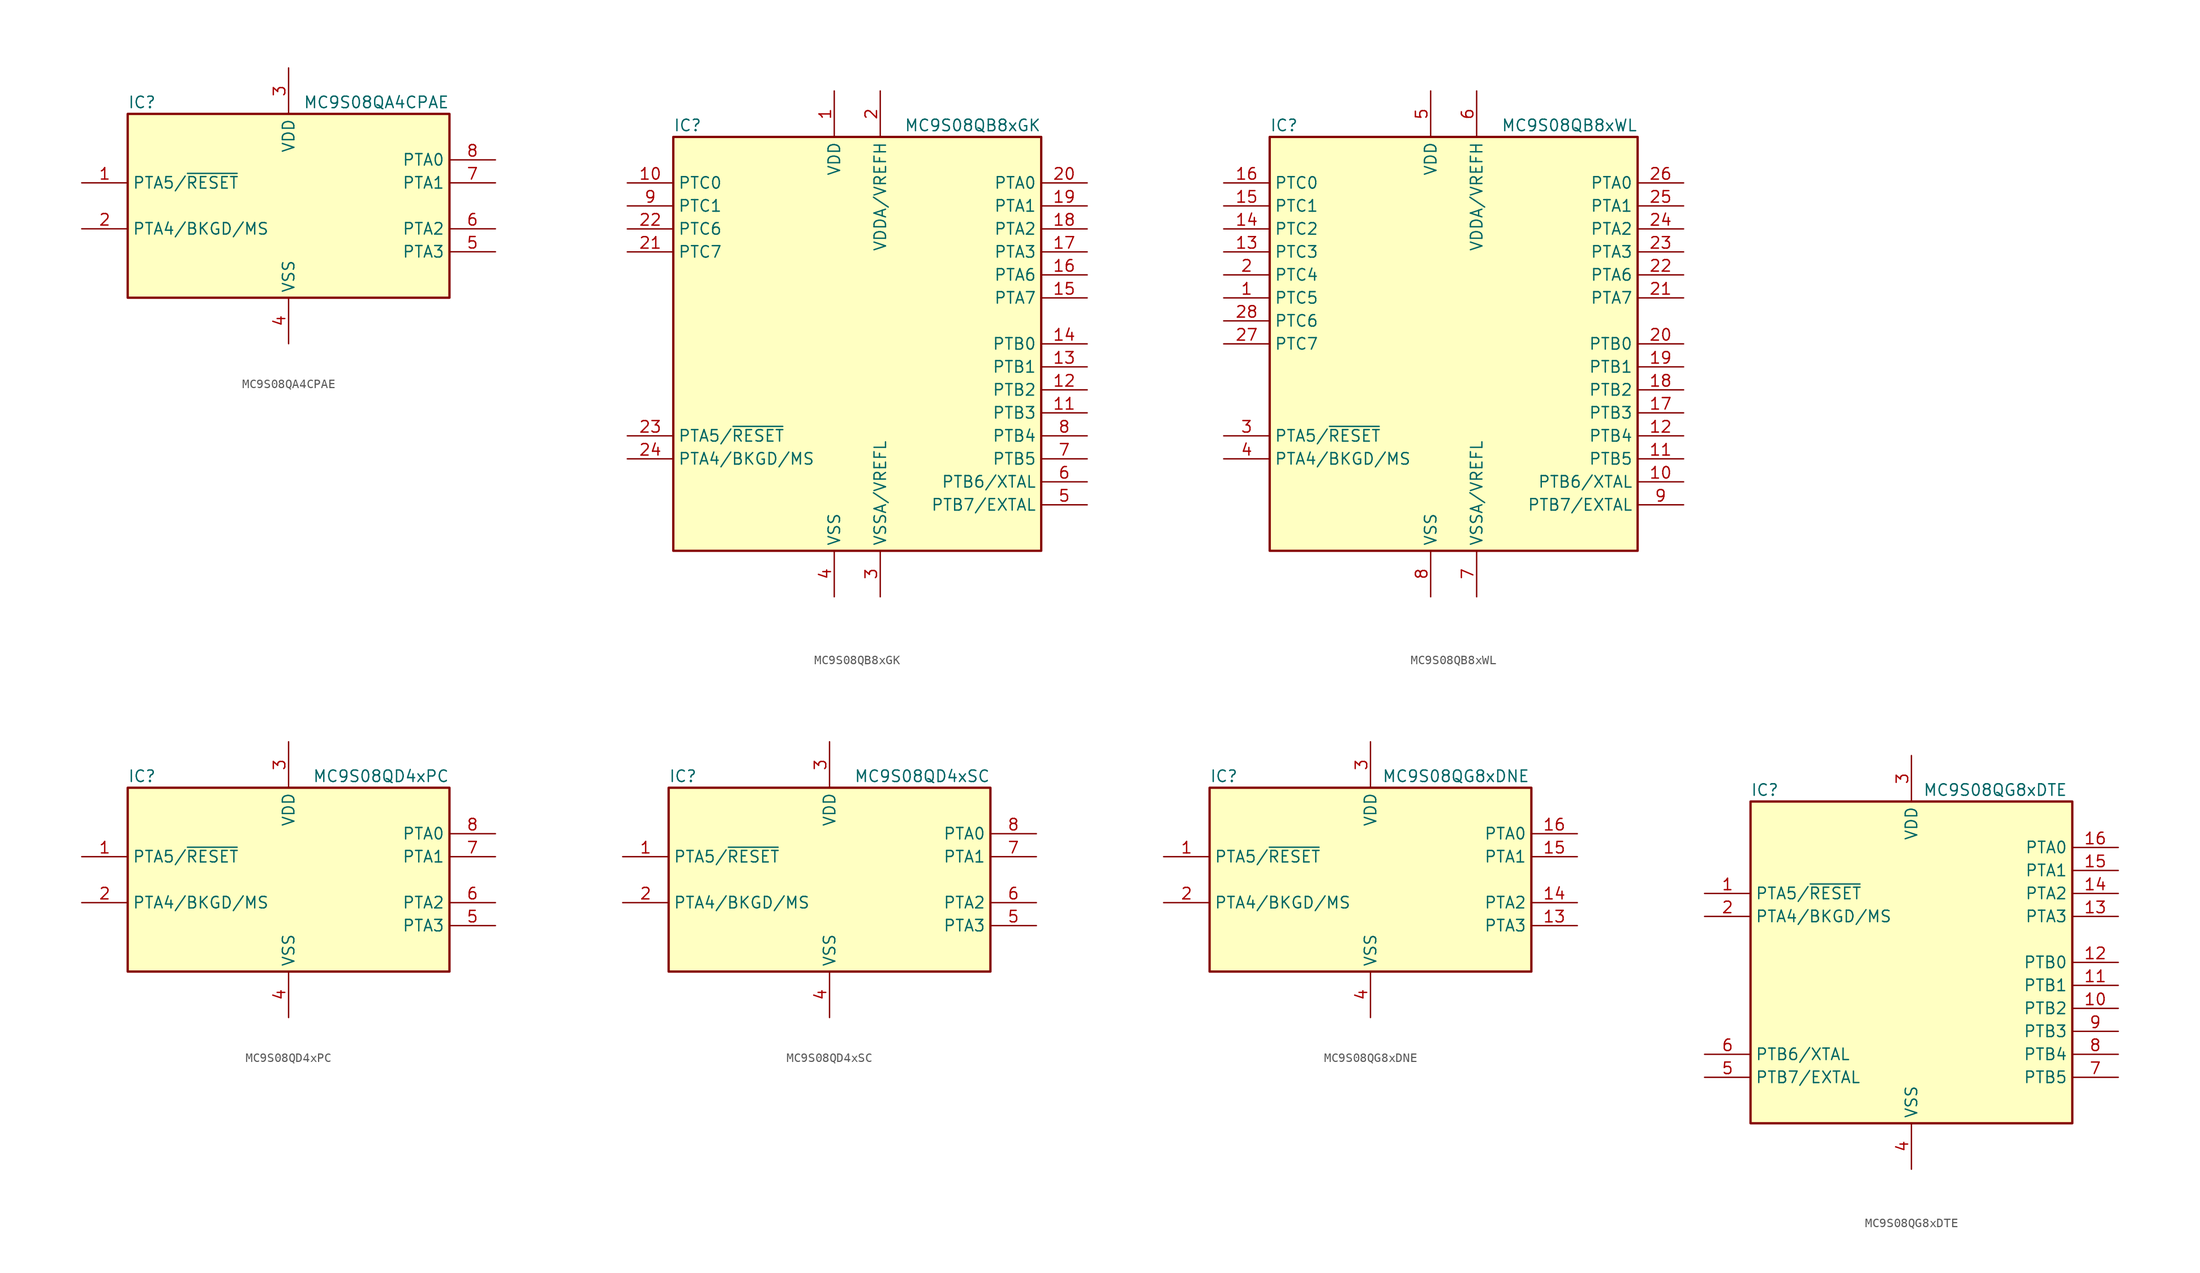
<source format=kicad_sym>
(kicad_symbol_lib
  (version 20201005)
  (generator kicad_symbol_editor)
  (symbol "MC9S08QA4CPAE"
    (property "Reference" "IC"
      (at -17.78 11.43 0)
      (effects (font (size 1.27 1.27)) (justify left)))
    (property "Value" "MC9S08QA4CPAE"
      (at 17.78 11.43 0)
      (effects (font (size 1.27 1.27)) (justify right)))
    (symbol "MC9S08QA4CPAE_0_1"
      (rectangle (start -17.78 10.16) (end 17.78 -10.16) (stroke (width 0.254)) (fill (type background))))
    (symbol "MC9S08QA4CPAE_1_1"
      (pin bidirectional line (at -22.86 2.54 0) (length 5.08) (name "PTA5/~RESET" (effects (font (size 1.27 1.27)))) (number "1" (effects (font (size 1.27 1.27)))))
      (pin bidirectional line (at -22.86 -2.54 0) (length 5.08) (name "PTA4/BKGD/MS" (effects (font (size 1.27 1.27)))) (number "2" (effects (font (size 1.27 1.27)))))
      (pin power_in line (at 0 15.24 270) (length 5.08) (name "VDD" (effects (font (size 1.27 1.27)))) (number "3" (effects (font (size 1.27 1.27)))))
      (pin power_in line (at 0 -15.24 90) (length 5.08) (name "VSS" (effects (font (size 1.27 1.27)))) (number "4" (effects (font (size 1.27 1.27)))))
      (pin bidirectional line (at 22.86 -5.08 180) (length 5.08) (name "PTA3" (effects (font (size 1.27 1.27)))) (number "5" (effects (font (size 1.27 1.27)))))
      (pin bidirectional line (at 22.86 -2.54 180) (length 5.08) (name "PTA2" (effects (font (size 1.27 1.27)))) (number "6" (effects (font (size 1.27 1.27)))))
      (pin bidirectional line (at 22.86 2.54 180) (length 5.08) (name "PTA1" (effects (font (size 1.27 1.27)))) (number "7" (effects (font (size 1.27 1.27)))))
      (pin bidirectional line (at 22.86 5.08 180) (length 5.08) (name "PTA0" (effects (font (size 1.27 1.27)))) (number "8" (effects (font (size 1.27 1.27)))))))
  (symbol "MC9S08QB8xGK"
    (property "Reference" "IC"
      (at -20.32 24.13 0)
      (effects (font (size 1.27 1.27)) (justify left)))
    (property "Value" "MC9S08QB8xGK"
      (at 20.32 24.13 0)
      (effects (font (size 1.27 1.27)) (justify right)))
    (symbol "MC9S08QB8xGK_0_1"
      (rectangle (start -20.32 22.86) (end 20.32 -22.86) (stroke (width 0.254)) (fill (type background))))
    (symbol "MC9S08QB8xGK_1_1"
      (pin power_in line (at -2.54 27.94 270) (length 5.08) (name "VDD" (effects (font (size 1.27 1.27)))) (number "1" (effects (font (size 1.27 1.27)))))
      (pin bidirectional line (at -25.4 17.78 0) (length 5.08) (name "PTC0" (effects (font (size 1.27 1.27)))) (number "10" (effects (font (size 1.27 1.27)))))
      (pin bidirectional line (at 25.4 -7.62 180) (length 5.08) (name "PTB3" (effects (font (size 1.27 1.27)))) (number "11" (effects (font (size 1.27 1.27)))))
      (pin bidirectional line (at 25.4 -5.08 180) (length 5.08) (name "PTB2" (effects (font (size 1.27 1.27)))) (number "12" (effects (font (size 1.27 1.27)))))
      (pin bidirectional line (at 25.4 -2.54 180) (length 5.08) (name "PTB1" (effects (font (size 1.27 1.27)))) (number "13" (effects (font (size 1.27 1.27)))))
      (pin bidirectional line (at 25.4 0 180) (length 5.08) (name "PTB0" (effects (font (size 1.27 1.27)))) (number "14" (effects (font (size 1.27 1.27)))))
      (pin bidirectional line (at 25.4 5.08 180) (length 5.08) (name "PTA7" (effects (font (size 1.27 1.27)))) (number "15" (effects (font (size 1.27 1.27)))))
      (pin bidirectional line (at 25.4 7.62 180) (length 5.08) (name "PTA6" (effects (font (size 1.27 1.27)))) (number "16" (effects (font (size 1.27 1.27)))))
      (pin bidirectional line (at 25.4 10.16 180) (length 5.08) (name "PTA3" (effects (font (size 1.27 1.27)))) (number "17" (effects (font (size 1.27 1.27)))))
      (pin bidirectional line (at 25.4 12.7 180) (length 5.08) (name "PTA2" (effects (font (size 1.27 1.27)))) (number "18" (effects (font (size 1.27 1.27)))))
      (pin bidirectional line (at 25.4 15.24 180) (length 5.08) (name "PTA1" (effects (font (size 1.27 1.27)))) (number "19" (effects (font (size 1.27 1.27)))))
      (pin power_in line (at 2.54 27.94 270) (length 5.08) (name "VDDA/VREFH" (effects (font (size 1.27 1.27)))) (number "2" (effects (font (size 1.27 1.27)))))
      (pin bidirectional line (at 25.4 17.78 180) (length 5.08) (name "PTA0" (effects (font (size 1.27 1.27)))) (number "20" (effects (font (size 1.27 1.27)))))
      (pin bidirectional line (at -25.4 10.16 0) (length 5.08) (name "PTC7" (effects (font (size 1.27 1.27)))) (number "21" (effects (font (size 1.27 1.27)))))
      (pin bidirectional line (at -25.4 12.7 0) (length 5.08) (name "PTC6" (effects (font (size 1.27 1.27)))) (number "22" (effects (font (size 1.27 1.27)))))
      (pin bidirectional line (at -25.4 -10.16 0) (length 5.08) (name "PTA5/~RESET" (effects (font (size 1.27 1.27)))) (number "23" (effects (font (size 1.27 1.27)))))
      (pin bidirectional line (at -25.4 -12.7 0) (length 5.08) (name "PTA4/BKGD/MS" (effects (font (size 1.27 1.27)))) (number "24" (effects (font (size 1.27 1.27)))))
      (pin power_in line (at 2.54 -27.94 90) (length 5.08) (name "VSSA/VREFL" (effects (font (size 1.27 1.27)))) (number "3" (effects (font (size 1.27 1.27)))))
      (pin power_in line (at -2.54 -27.94 90) (length 5.08) (name "VSS" (effects (font (size 1.27 1.27)))) (number "4" (effects (font (size 1.27 1.27)))))
      (pin bidirectional line (at 25.4 -17.78 180) (length 5.08) (name "PTB7/EXTAL" (effects (font (size 1.27 1.27)))) (number "5" (effects (font (size 1.27 1.27)))))
      (pin bidirectional line (at 25.4 -15.24 180) (length 5.08) (name "PTB6/XTAL" (effects (font (size 1.27 1.27)))) (number "6" (effects (font (size 1.27 1.27)))))
      (pin bidirectional line (at 25.4 -12.7 180) (length 5.08) (name "PTB5" (effects (font (size 1.27 1.27)))) (number "7" (effects (font (size 1.27 1.27)))))
      (pin bidirectional line (at 25.4 -10.16 180) (length 5.08) (name "PTB4" (effects (font (size 1.27 1.27)))) (number "8" (effects (font (size 1.27 1.27)))))
      (pin bidirectional line (at -25.4 15.24 0) (length 5.08) (name "PTC1" (effects (font (size 1.27 1.27)))) (number "9" (effects (font (size 1.27 1.27)))))))
  (symbol "MC9S08QB8xWL"
    (property "Reference" "IC"
      (at -20.32 24.13 0)
      (effects (font (size 1.27 1.27)) (justify left)))
    (property "Value" "MC9S08QB8xWL"
      (at 20.32 24.13 0)
      (effects (font (size 1.27 1.27)) (justify right)))
    (symbol "MC9S08QB8xWL_0_1"
      (rectangle (start -20.32 22.86) (end 20.32 -22.86) (stroke (width 0.254)) (fill (type background))))
    (symbol "MC9S08QB8xWL_1_1"
      (pin bidirectional line (at -25.4 5.08 0) (length 5.08) (name "PTC5" (effects (font (size 1.27 1.27)))) (number "1" (effects (font (size 1.27 1.27)))))
      (pin bidirectional line (at 25.4 -15.24 180) (length 5.08) (name "PTB6/XTAL" (effects (font (size 1.27 1.27)))) (number "10" (effects (font (size 1.27 1.27)))))
      (pin bidirectional line (at 25.4 -12.7 180) (length 5.08) (name "PTB5" (effects (font (size 1.27 1.27)))) (number "11" (effects (font (size 1.27 1.27)))))
      (pin bidirectional line (at 25.4 -10.16 180) (length 5.08) (name "PTB4" (effects (font (size 1.27 1.27)))) (number "12" (effects (font (size 1.27 1.27)))))
      (pin bidirectional line (at -25.4 10.16 0) (length 5.08) (name "PTC3" (effects (font (size 1.27 1.27)))) (number "13" (effects (font (size 1.27 1.27)))))
      (pin bidirectional line (at -25.4 12.7 0) (length 5.08) (name "PTC2" (effects (font (size 1.27 1.27)))) (number "14" (effects (font (size 1.27 1.27)))))
      (pin bidirectional line (at -25.4 15.24 0) (length 5.08) (name "PTC1" (effects (font (size 1.27 1.27)))) (number "15" (effects (font (size 1.27 1.27)))))
      (pin bidirectional line (at -25.4 17.78 0) (length 5.08) (name "PTC0" (effects (font (size 1.27 1.27)))) (number "16" (effects (font (size 1.27 1.27)))))
      (pin bidirectional line (at 25.4 -7.62 180) (length 5.08) (name "PTB3" (effects (font (size 1.27 1.27)))) (number "17" (effects (font (size 1.27 1.27)))))
      (pin bidirectional line (at 25.4 -5.08 180) (length 5.08) (name "PTB2" (effects (font (size 1.27 1.27)))) (number "18" (effects (font (size 1.27 1.27)))))
      (pin bidirectional line (at 25.4 -2.54 180) (length 5.08) (name "PTB1" (effects (font (size 1.27 1.27)))) (number "19" (effects (font (size 1.27 1.27)))))
      (pin bidirectional line (at -25.4 7.62 0) (length 5.08) (name "PTC4" (effects (font (size 1.27 1.27)))) (number "2" (effects (font (size 1.27 1.27)))))
      (pin bidirectional line (at 25.4 0 180) (length 5.08) (name "PTB0" (effects (font (size 1.27 1.27)))) (number "20" (effects (font (size 1.27 1.27)))))
      (pin bidirectional line (at 25.4 5.08 180) (length 5.08) (name "PTA7" (effects (font (size 1.27 1.27)))) (number "21" (effects (font (size 1.27 1.27)))))
      (pin bidirectional line (at 25.4 7.62 180) (length 5.08) (name "PTA6" (effects (font (size 1.27 1.27)))) (number "22" (effects (font (size 1.27 1.27)))))
      (pin bidirectional line (at 25.4 10.16 180) (length 5.08) (name "PTA3" (effects (font (size 1.27 1.27)))) (number "23" (effects (font (size 1.27 1.27)))))
      (pin bidirectional line (at 25.4 12.7 180) (length 5.08) (name "PTA2" (effects (font (size 1.27 1.27)))) (number "24" (effects (font (size 1.27 1.27)))))
      (pin bidirectional line (at 25.4 15.24 180) (length 5.08) (name "PTA1" (effects (font (size 1.27 1.27)))) (number "25" (effects (font (size 1.27 1.27)))))
      (pin bidirectional line (at 25.4 17.78 180) (length 5.08) (name "PTA0" (effects (font (size 1.27 1.27)))) (number "26" (effects (font (size 1.27 1.27)))))
      (pin bidirectional line (at -25.4 0 0) (length 5.08) (name "PTC7" (effects (font (size 1.27 1.27)))) (number "27" (effects (font (size 1.27 1.27)))))
      (pin bidirectional line (at -25.4 2.54 0) (length 5.08) (name "PTC6" (effects (font (size 1.27 1.27)))) (number "28" (effects (font (size 1.27 1.27)))))
      (pin bidirectional line (at -25.4 -10.16 0) (length 5.08) (name "PTA5/~RESET" (effects (font (size 1.27 1.27)))) (number "3" (effects (font (size 1.27 1.27)))))
      (pin bidirectional line (at -25.4 -12.7 0) (length 5.08) (name "PTA4/BKGD/MS" (effects (font (size 1.27 1.27)))) (number "4" (effects (font (size 1.27 1.27)))))
      (pin power_in line (at -2.54 27.94 270) (length 5.08) (name "VDD" (effects (font (size 1.27 1.27)))) (number "5" (effects (font (size 1.27 1.27)))))
      (pin power_in line (at 2.54 27.94 270) (length 5.08) (name "VDDA/VREFH" (effects (font (size 1.27 1.27)))) (number "6" (effects (font (size 1.27 1.27)))))
      (pin power_in line (at 2.54 -27.94 90) (length 5.08) (name "VSSA/VREFL" (effects (font (size 1.27 1.27)))) (number "7" (effects (font (size 1.27 1.27)))))
      (pin power_in line (at -2.54 -27.94 90) (length 5.08) (name "VSS" (effects (font (size 1.27 1.27)))) (number "8" (effects (font (size 1.27 1.27)))))
      (pin bidirectional line (at 25.4 -17.78 180) (length 5.08) (name "PTB7/EXTAL" (effects (font (size 1.27 1.27)))) (number "9" (effects (font (size 1.27 1.27)))))))
  (symbol "MC9S08QD4xPC"
    (property "Reference" "IC"
      (at -17.78 11.43 0)
      (effects (font (size 1.27 1.27)) (justify left)))
    (property "Value" "MC9S08QD4xPC"
      (at 17.78 11.43 0)
      (effects (font (size 1.27 1.27)) (justify right)))
    (symbol "MC9S08QD4xPC_0_1"
      (rectangle (start -17.78 10.16) (end 17.78 -10.16) (stroke (width 0.254)) (fill (type background))))
    (symbol "MC9S08QD4xPC_1_1"
      (pin bidirectional line (at -22.86 2.54 0) (length 5.08) (name "PTA5/~RESET" (effects (font (size 1.27 1.27)))) (number "1" (effects (font (size 1.27 1.27)))))
      (pin bidirectional line (at -22.86 -2.54 0) (length 5.08) (name "PTA4/BKGD/MS" (effects (font (size 1.27 1.27)))) (number "2" (effects (font (size 1.27 1.27)))))
      (pin power_in line (at 0 15.24 270) (length 5.08) (name "VDD" (effects (font (size 1.27 1.27)))) (number "3" (effects (font (size 1.27 1.27)))))
      (pin power_in line (at 0 -15.24 90) (length 5.08) (name "VSS" (effects (font (size 1.27 1.27)))) (number "4" (effects (font (size 1.27 1.27)))))
      (pin bidirectional line (at 22.86 -5.08 180) (length 5.08) (name "PTA3" (effects (font (size 1.27 1.27)))) (number "5" (effects (font (size 1.27 1.27)))))
      (pin bidirectional line (at 22.86 -2.54 180) (length 5.08) (name "PTA2" (effects (font (size 1.27 1.27)))) (number "6" (effects (font (size 1.27 1.27)))))
      (pin bidirectional line (at 22.86 2.54 180) (length 5.08) (name "PTA1" (effects (font (size 1.27 1.27)))) (number "7" (effects (font (size 1.27 1.27)))))
      (pin bidirectional line (at 22.86 5.08 180) (length 5.08) (name "PTA0" (effects (font (size 1.27 1.27)))) (number "8" (effects (font (size 1.27 1.27)))))))
  (symbol "MC9S08QD4xSC"
    (property "Reference" "IC"
      (at -17.78 11.43 0)
      (effects (font (size 1.27 1.27)) (justify left)))
    (property "Value" "MC9S08QD4xSC"
      (at 17.78 11.43 0)
      (effects (font (size 1.27 1.27)) (justify right)))
    (symbol "MC9S08QD4xSC_0_1"
      (rectangle (start -17.78 10.16) (end 17.78 -10.16) (stroke (width 0.254)) (fill (type background))))
    (symbol "MC9S08QD4xSC_1_1"
      (pin bidirectional line (at -22.86 2.54 0) (length 5.08) (name "PTA5/~RESET" (effects (font (size 1.27 1.27)))) (number "1" (effects (font (size 1.27 1.27)))))
      (pin bidirectional line (at -22.86 -2.54 0) (length 5.08) (name "PTA4/BKGD/MS" (effects (font (size 1.27 1.27)))) (number "2" (effects (font (size 1.27 1.27)))))
      (pin power_in line (at 0 15.24 270) (length 5.08) (name "VDD" (effects (font (size 1.27 1.27)))) (number "3" (effects (font (size 1.27 1.27)))))
      (pin power_in line (at 0 -15.24 90) (length 5.08) (name "VSS" (effects (font (size 1.27 1.27)))) (number "4" (effects (font (size 1.27 1.27)))))
      (pin bidirectional line (at 22.86 -5.08 180) (length 5.08) (name "PTA3" (effects (font (size 1.27 1.27)))) (number "5" (effects (font (size 1.27 1.27)))))
      (pin bidirectional line (at 22.86 -2.54 180) (length 5.08) (name "PTA2" (effects (font (size 1.27 1.27)))) (number "6" (effects (font (size 1.27 1.27)))))
      (pin bidirectional line (at 22.86 2.54 180) (length 5.08) (name "PTA1" (effects (font (size 1.27 1.27)))) (number "7" (effects (font (size 1.27 1.27)))))
      (pin bidirectional line (at 22.86 5.08 180) (length 5.08) (name "PTA0" (effects (font (size 1.27 1.27)))) (number "8" (effects (font (size 1.27 1.27)))))))
  (symbol "MC9S08QG8xDNE"
    (property "Reference" "IC"
      (at -17.78 11.43 0)
      (effects (font (size 1.27 1.27)) (justify left)))
    (property "Value" "MC9S08QG8xDNE"
      (at 1.27 11.43 0)
      (effects (font (size 1.27 1.27)) (justify left)))
    (symbol "MC9S08QG8xDNE_0_1"
      (rectangle (start -17.78 10.16) (end 17.78 -10.16) (stroke (width 0.254)) (fill (type background))))
    (symbol "MC9S08QG8xDNE_1_1"
      (pin bidirectional line (at -22.86 2.54 0) (length 5.08) (name "PTA5/~RESET" (effects (font (size 1.27 1.27)))) (number "1" (effects (font (size 1.27 1.27)))))
      (pin bidirectional line (at 22.86 -5.08 180) (length 5.08) (name "PTA3" (effects (font (size 1.27 1.27)))) (number "13" (effects (font (size 1.27 1.27)))))
      (pin bidirectional line (at 22.86 -2.54 180) (length 5.08) (name "PTA2" (effects (font (size 1.27 1.27)))) (number "14" (effects (font (size 1.27 1.27)))))
      (pin bidirectional line (at 22.86 2.54 180) (length 5.08) (name "PTA1" (effects (font (size 1.27 1.27)))) (number "15" (effects (font (size 1.27 1.27)))))
      (pin bidirectional line (at 22.86 5.08 180) (length 5.08) (name "PTA0" (effects (font (size 1.27 1.27)))) (number "16" (effects (font (size 1.27 1.27)))))
      (pin bidirectional line (at -22.86 -2.54 0) (length 5.08) (name "PTA4/BKGD/MS" (effects (font (size 1.27 1.27)))) (number "2" (effects (font (size 1.27 1.27)))))
      (pin power_in line (at 0 15.24 270) (length 5.08) (name "VDD" (effects (font (size 1.27 1.27)))) (number "3" (effects (font (size 1.27 1.27)))))
      (pin power_in line (at 0 -15.24 90) (length 5.08) (name "VSS" (effects (font (size 1.27 1.27)))) (number "4" (effects (font (size 1.27 1.27)))))))
  (symbol "MC9S08QG8xDTE"
    (property "Reference" "IC"
      (at -17.78 19.05 0)
      (effects (font (size 1.27 1.27)) (justify left)))
    (property "Value" "MC9S08QG8xDTE"
      (at 1.27 19.05 0)
      (effects (font (size 1.27 1.27)) (justify left)))
    (symbol "MC9S08QG8xDTE_0_1"
      (rectangle (start -17.78 17.78) (end 17.78 -17.78) (stroke (width 0.254)) (fill (type background))))
    (symbol "MC9S08QG8xDTE_1_1"
      (pin bidirectional line (at -22.86 7.62 0) (length 5.08) (name "PTA5/~RESET" (effects (font (size 1.27 1.27)))) (number "1" (effects (font (size 1.27 1.27)))))
      (pin bidirectional line (at 22.86 -5.08 180) (length 5.08) (name "PTB2" (effects (font (size 1.27 1.27)))) (number "10" (effects (font (size 1.27 1.27)))))
      (pin bidirectional line (at 22.86 -2.54 180) (length 5.08) (name "PTB1" (effects (font (size 1.27 1.27)))) (number "11" (effects (font (size 1.27 1.27)))))
      (pin bidirectional line (at 22.86 0 180) (length 5.08) (name "PTB0" (effects (font (size 1.27 1.27)))) (number "12" (effects (font (size 1.27 1.27)))))
      (pin bidirectional line (at 22.86 5.08 180) (length 5.08) (name "PTA3" (effects (font (size 1.27 1.27)))) (number "13" (effects (font (size 1.27 1.27)))))
      (pin bidirectional line (at 22.86 7.62 180) (length 5.08) (name "PTA2" (effects (font (size 1.27 1.27)))) (number "14" (effects (font (size 1.27 1.27)))))
      (pin bidirectional line (at 22.86 10.16 180) (length 5.08) (name "PTA1" (effects (font (size 1.27 1.27)))) (number "15" (effects (font (size 1.27 1.27)))))
      (pin bidirectional line (at 22.86 12.7 180) (length 5.08) (name "PTA0" (effects (font (size 1.27 1.27)))) (number "16" (effects (font (size 1.27 1.27)))))
      (pin bidirectional line (at -22.86 5.08 0) (length 5.08) (name "PTA4/BKGD/MS" (effects (font (size 1.27 1.27)))) (number "2" (effects (font (size 1.27 1.27)))))
      (pin power_in line (at 0 22.86 270) (length 5.08) (name "VDD" (effects (font (size 1.27 1.27)))) (number "3" (effects (font (size 1.27 1.27)))))
      (pin power_in line (at 0 -22.86 90) (length 5.08) (name "VSS" (effects (font (size 1.27 1.27)))) (number "4" (effects (font (size 1.27 1.27)))))
      (pin bidirectional line (at -22.86 -12.7 0) (length 5.08) (name "PTB7/EXTAL" (effects (font (size 1.27 1.27)))) (number "5" (effects (font (size 1.27 1.27)))))
      (pin bidirectional line (at -22.86 -10.16 0) (length 5.08) (name "PTB6/XTAL" (effects (font (size 1.27 1.27)))) (number "6" (effects (font (size 1.27 1.27)))))
      (pin bidirectional line (at 22.86 -12.7 180) (length 5.08) (name "PTB5" (effects (font (size 1.27 1.27)))) (number "7" (effects (font (size 1.27 1.27)))))
      (pin bidirectional line (at 22.86 -10.16 180) (length 5.08) (name "PTB4" (effects (font (size 1.27 1.27)))) (number "8" (effects (font (size 1.27 1.27)))))
      (pin bidirectional line (at 22.86 -7.62 180) (length 5.08) (name "PTB3" (effects (font (size 1.27 1.27)))) (number "9" (effects (font (size 1.27 1.27))))))))
</source>
